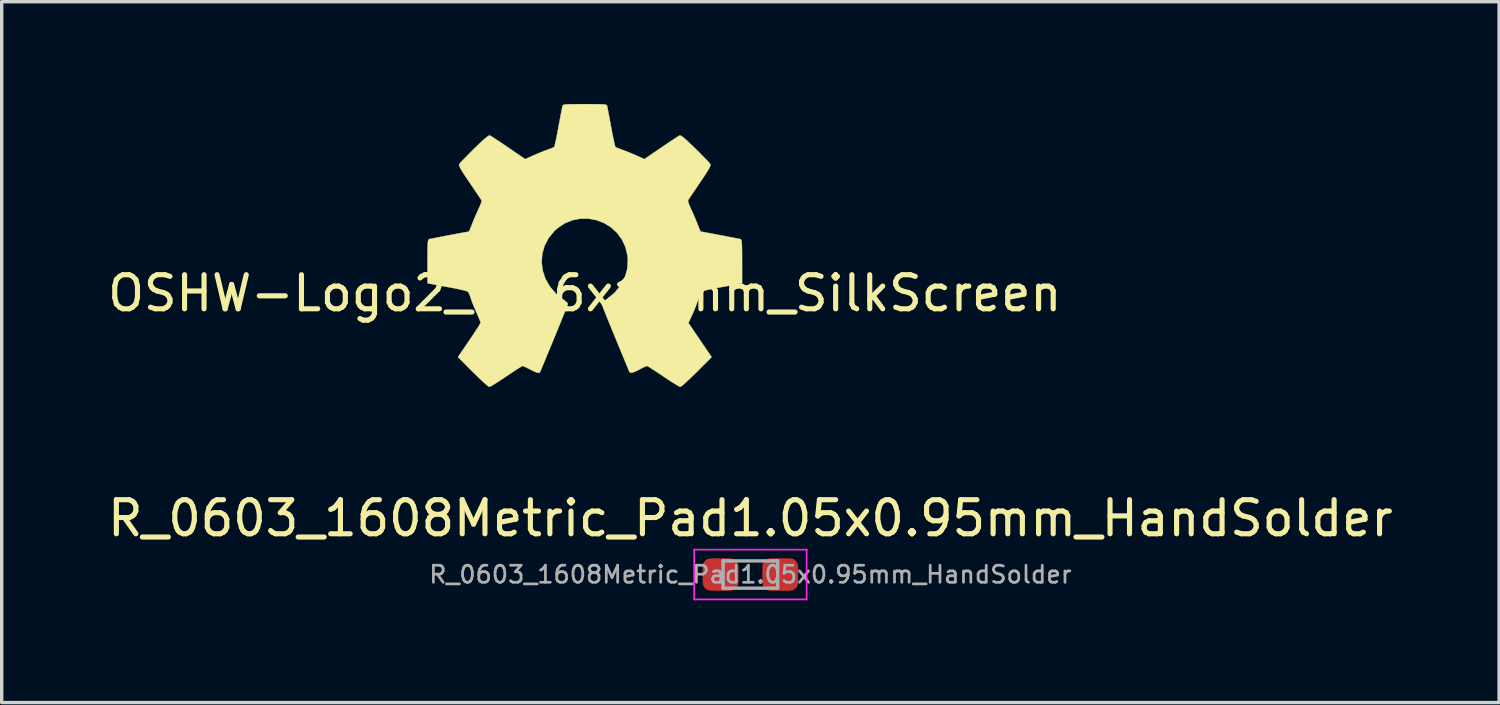
<source format=kicad_pcb>
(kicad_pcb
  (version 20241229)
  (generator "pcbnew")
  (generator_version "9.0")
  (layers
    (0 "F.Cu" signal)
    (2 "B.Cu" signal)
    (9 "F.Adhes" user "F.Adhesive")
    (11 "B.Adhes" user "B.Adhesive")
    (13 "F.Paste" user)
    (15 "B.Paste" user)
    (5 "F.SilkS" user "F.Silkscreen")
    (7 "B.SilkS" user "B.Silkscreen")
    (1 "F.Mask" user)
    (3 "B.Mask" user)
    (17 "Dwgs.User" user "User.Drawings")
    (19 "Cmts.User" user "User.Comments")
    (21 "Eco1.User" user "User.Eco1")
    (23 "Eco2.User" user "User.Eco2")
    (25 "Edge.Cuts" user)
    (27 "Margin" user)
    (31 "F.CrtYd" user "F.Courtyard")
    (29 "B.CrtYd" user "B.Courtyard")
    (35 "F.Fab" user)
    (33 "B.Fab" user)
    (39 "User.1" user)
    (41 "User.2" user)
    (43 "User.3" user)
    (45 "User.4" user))
  (footprint "OSHW-Logo2_14.6x12mm_SilkScreen"
    (layer "F.Cu")
    (at 14.101 5.552)
    (property "Reference" "OSHW-Logo2_14.6x12mm_SilkScreen" (at 0 0 180) (layer "F.SilkS") (effects (font (size 1 1) (thickness 0.15))))
    (attr exclude_from_pos_files exclude_from_bom)
    (fp_poly (pts (xy 0.209 -5.547) (xy 0.367 -5.546) (xy 0.481 -5.544) (xy 0.559 -5.539) (xy 0.609 -5.532) (xy 0.636 -5.521) (xy 0.65 -5.505) (xy 0.656 -5.484) (xy 0.657 -5.481) (xy 0.667 -5.433) (xy 0.686 -5.337) (xy 0.711 -5.204) (xy 0.741 -5.045) (xy 0.774 -4.868) (xy 0.775 -4.862) (xy 0.807 -4.689) (xy 0.838 -4.537) (xy 0.865 -4.413) (xy 0.885 -4.328) (xy 0.898 -4.291) (xy 0.898 -4.29) (xy 0.935 -4.272) (xy 1.011 -4.242) (xy 1.109 -4.206) (xy 1.109 -4.205) (xy 1.233 -4.159) (xy 1.379 -4.099) (xy 1.517 -4.04) (xy 1.523 -4.037) (xy 1.747 -3.935) (xy 2.244 -4.274) (xy 2.396 -4.377) (xy 2.534 -4.47) (xy 2.649 -4.546) (xy 2.735 -4.601) (xy 2.782 -4.629) (xy 2.786 -4.631) (xy 2.82 -4.621) (xy 2.884 -4.577) (xy 2.98 -4.495) (xy 3.11 -4.373) (xy 3.243 -4.244) (xy 3.372 -4.116) (xy 3.487 -4) (xy 3.581 -3.902) (xy 3.648 -3.829) (xy 3.681 -3.79) (xy 3.682 -3.788) (xy 3.686 -3.76) (xy 3.672 -3.716) (xy 3.638 -3.648) (xy 3.579 -3.551) (xy 3.493 -3.418) (xy 3.378 -3.248) (xy 3.276 -3.097) (xy 3.185 -2.963) (xy 3.11 -2.851) (xy 3.056 -2.771) (xy 3.029 -2.73) (xy 3.028 -2.727) (xy 3.031 -2.687) (xy 3.056 -2.61) (xy 3.098 -2.511) (xy 3.113 -2.479) (xy 3.178 -2.337) (xy 3.247 -2.176) (xy 3.304 -2.036) (xy 3.344 -1.933) (xy 3.377 -1.854) (xy 3.395 -1.813) (xy 3.397 -1.81) (xy 3.432 -1.805) (xy 3.513 -1.791) (xy 3.629 -1.769) (xy 3.771 -1.743) (xy 3.927 -1.713) (xy 4.087 -1.683) (xy 4.239 -1.653) (xy 4.374 -1.627) (xy 4.479 -1.606) (xy 4.546 -1.593) (xy 4.562 -1.589) (xy 4.579 -1.579) (xy 4.591 -1.557) (xy 4.6 -1.516) (xy 4.607 -1.449) (xy 4.61 -1.347) (xy 4.612 -1.204) (xy 4.613 -1.013) (xy 4.613 -0.934) (xy 4.613 -0.296) (xy 4.46 -0.266) (xy 4.374 -0.249) (xy 4.247 -0.225) (xy 4.093 -0.197) (xy 3.929 -0.167) (xy 3.883 -0.158) (xy 3.731 -0.129) (xy 3.598 -0.1) (xy 3.497 -0.074) (xy 3.437 -0.054) (xy 3.427 -0.048) (xy 3.402 -0.005) (xy 3.367 0.076) (xy 3.328 0.182) (xy 3.32 0.204) (xy 3.269 0.345) (xy 3.206 0.504) (xy 3.144 0.646) (xy 3.144 0.647) (xy 3.04 0.87) (xy 3.72 1.87) (xy 3.284 2.307) (xy 3.152 2.437) (xy 3.031 2.552) (xy 2.929 2.645) (xy 2.852 2.711) (xy 2.807 2.742) (xy 2.801 2.744) (xy 2.763 2.729) (xy 2.686 2.684) (xy 2.577 2.617) (xy 2.447 2.533) (xy 2.305 2.438) (xy 2.161 2.341) (xy 2.033 2.257) (xy 1.929 2.19) (xy 1.857 2.147) (xy 1.824 2.131) (xy 1.785 2.144) (xy 1.71 2.179) (xy 1.614 2.227) (xy 1.604 2.233) (xy 1.476 2.297) (xy 1.389 2.328) (xy 1.334 2.329) (xy 1.306 2.3) (xy 1.305 2.299) (xy 1.291 2.264) (xy 1.257 2.182) (xy 1.206 2.059) (xy 1.141 1.9) (xy 1.064 1.714) (xy 0.977 1.505) (xy 0.894 1.302) (xy 0.802 1.079) (xy 0.717 0.872) (xy 0.643 0.688) (xy 0.581 0.533) (xy 0.534 0.414) (xy 0.505 0.336) (xy 0.496 0.307) (xy 0.519 0.274) (xy 0.577 0.221) (xy 0.656 0.163) (xy 0.879 -0.022) (xy 1.053 -0.234) (xy 1.176 -0.468) (xy 1.247 -0.721) (xy 1.262 -0.987) (xy 1.251 -1.109) (xy 1.189 -1.364) (xy 1.082 -1.589) (xy 0.937 -1.782) (xy 0.76 -1.941) (xy 0.559 -2.063) (xy 0.339 -2.147) (xy 0.107 -2.19) (xy -0.13 -2.189) (xy -0.365 -2.144) (xy -0.592 -2.05) (xy -0.804 -1.907) (xy -0.892 -1.827) (xy -1.062 -1.619) (xy -1.18 -1.392) (xy -1.248 -1.153) (xy -1.265 -0.907) (xy -1.233 -0.662) (xy -1.153 -0.424) (xy -1.025 -0.2) (xy -0.851 0.003) (xy -0.656 0.163) (xy -0.574 0.224) (xy -0.517 0.276) (xy -0.496 0.307) (xy -0.507 0.342) (xy -0.538 0.423) (xy -0.586 0.546) (xy -0.649 0.704) (xy -0.725 0.891) (xy -0.81 1.099) (xy -0.894 1.302) (xy -0.986 1.526) (xy -1.072 1.733) (xy -1.148 1.917) (xy -1.212 2.072) (xy -1.262 2.192) (xy -1.294 2.27) (xy -1.306 2.299) (xy -1.334 2.329) (xy -1.388 2.329) (xy -1.476 2.297) (xy -1.603 2.233) (xy -1.604 2.233) (xy -1.701 2.183) (xy -1.778 2.147) (xy -1.822 2.131) (xy -1.824 2.131) (xy -1.857 2.147) (xy -1.93 2.191) (xy -2.035 2.258) (xy -2.163 2.342) (xy -2.305 2.438) (xy -2.45 2.535) (xy -2.58 2.619) (xy -2.688 2.686) (xy -2.764 2.729) (xy -2.801 2.744) (xy -2.835 2.724) (xy -2.902 2.669) (xy -2.997 2.584) (xy -3.112 2.475) (xy -3.242 2.349) (xy -3.284 2.307) (xy -3.72 1.87) (xy -3.388 1.382) (xy -3.287 1.233) (xy -3.198 1.098) (xy -3.127 0.987) (xy -3.078 0.907) (xy -3.056 0.865) (xy -3.056 0.862) (xy -3.067 0.823) (xy -3.098 0.744) (xy -3.143 0.639) (xy -3.174 0.568) (xy -3.233 0.433) (xy -3.289 0.296) (xy -3.332 0.181) (xy -3.343 0.146) (xy -3.376 0.052) (xy -3.409 -0.02) (xy -3.427 -0.048) (xy -3.466 -0.064) (xy -3.552 -0.088) (xy -3.673 -0.116) (xy -3.818 -0.146) (xy -3.883 -0.158) (xy -4.048 -0.189) (xy -4.206 -0.218) (xy -4.343 -0.243) (xy -4.441 -0.262) (xy -4.46 -0.266) (xy -4.613 -0.296) (xy -4.613 -0.934) (xy -4.613 -1.144) (xy -4.611 -1.303) (xy -4.608 -1.418) (xy -4.603 -1.497) (xy -4.595 -1.546) (xy -4.583 -1.573) (xy -4.568 -1.586) (xy -4.562 -1.589) (xy -4.524 -1.597) (xy -4.44 -1.614) (xy -4.321 -1.637) (xy -4.178 -1.665) (xy -4.022 -1.695) (xy -3.862 -1.725) (xy -3.711 -1.754) (xy -3.578 -1.779) (xy -3.475 -1.797) (xy -3.412 -1.808) (xy -3.397 -1.81) (xy -3.385 -1.835) (xy -3.357 -1.902) (xy -3.318 -1.999) (xy -3.304 -2.036) (xy -3.245 -2.182) (xy -3.175 -2.343) (xy -3.113 -2.479) (xy -3.067 -2.582) (xy -3.036 -2.668) (xy -3.026 -2.72) (xy -3.028 -2.727) (xy -3.049 -2.76) (xy -3.098 -2.833) (xy -3.17 -2.939) (xy -3.258 -3.07) (xy -3.359 -3.218) (xy -3.379 -3.247) (xy -3.495 -3.42) (xy -3.581 -3.552) (xy -3.639 -3.648) (xy -3.673 -3.716) (xy -3.686 -3.76) (xy -3.683 -3.787) (xy -3.683 -3.787) (xy -3.654 -3.823) (xy -3.59 -3.893) (xy -3.498 -3.988) (xy -3.385 -4.103) (xy -3.258 -4.23) (xy -3.243 -4.244) (xy -3.083 -4.399) (xy -2.959 -4.513) (xy -2.87 -4.588) (xy -2.812 -4.626) (xy -2.786 -4.631) (xy -2.749 -4.609) (xy -2.671 -4.56) (xy -2.562 -4.488) (xy -2.428 -4.399) (xy -2.279 -4.298) (xy -2.244 -4.274) (xy -1.747 -3.935) (xy -1.523 -4.037) (xy -1.387 -4.096) (xy -1.241 -4.156) (xy -1.115 -4.203) (xy -1.109 -4.205) (xy -1.011 -4.241) (xy -0.935 -4.272) (xy -0.898 -4.29) (xy -0.898 -4.29) (xy -0.886 -4.323) (xy -0.867 -4.405) (xy -0.84 -4.525) (xy -0.81 -4.676) (xy -0.777 -4.848) (xy -0.775 -4.862) (xy -0.742 -5.039) (xy -0.712 -5.199) (xy -0.686 -5.333) (xy -0.667 -5.43) (xy -0.657 -5.481) (xy -0.657 -5.481) (xy -0.651 -5.503) (xy -0.638 -5.519) (xy -0.613 -5.531) (xy -0.566 -5.539) (xy -0.492 -5.543) (xy -0.382 -5.546) (xy -0.229 -5.547) (xy -0.026 -5.547) (xy 0 -5.547) (xy 0.209 -5.547)) (stroke (width 0.01) (type solid)) (fill yes) (layer "F.SilkS")))
  (footprint "R_0603_1608Metric_Pad1.05x0.95mm_HandSolder"
    (layer "F.Cu")
    (at 18.958 13.8)
    (property "Reference" "R_0603_1608Metric_Pad1.05x0.95mm_HandSolder" (at 0 -1.65 0) (layer "F.SilkS") (effects (font (size 1 1) (thickness 0.15))))
    (attr smd)
    (fp_line (start -1.65 -0.73) (end 1.65 -0.73) (stroke (width 0.05) (type solid)) (layer "F.CrtYd"))
    (fp_line (start -1.65 0.73) (end -1.65 -0.73) (stroke (width 0.05) (type solid)) (layer "F.CrtYd"))
    (fp_line (start 1.65 -0.73) (end 1.65 0.73) (stroke (width 0.05) (type solid)) (layer "F.CrtYd"))
    (fp_line (start 1.65 0.73) (end -1.65 0.73) (stroke (width 0.05) (type solid)) (layer "F.CrtYd"))
    (fp_line (start -0.8 -0.4) (end 0.8 -0.4) (stroke (width 0.1) (type solid)) (layer "F.Fab"))
    (fp_line (start -0.8 0.4) (end -0.8 -0.4) (stroke (width 0.1) (type solid)) (layer "F.Fab"))
    (fp_line (start 0.8 -0.4) (end 0.8 0.4) (stroke (width 0.1) (type solid)) (layer "F.Fab"))
    (fp_line (start 0.8 0.4) (end -0.8 0.4) (stroke (width 0.1) (type solid)) (layer "F.Fab"))
    (fp_text user "${REFERENCE}" (at 0 0 0) (layer "F.Fab") (effects (font (size 0.5 0.5) (thickness 0.08))))
    (pad "1" smd roundrect (at -0.875 0) (size 1.05 0.95) (layers "F.Cu" "F.Mask" "F.Paste") (roundrect_rratio 0.25))
    (pad "2" smd roundrect (at 0.875 0) (size 1.05 0.95) (layers "F.Cu" "F.Mask" "F.Paste") (roundrect_rratio 0.25)))
  (gr_rect
    (start -3 -3)
    (end 40.917 17.555)
    (stroke (width 0.1) (type default))
    (fill no)
    (layer "Edge.Cuts")))
</source>
